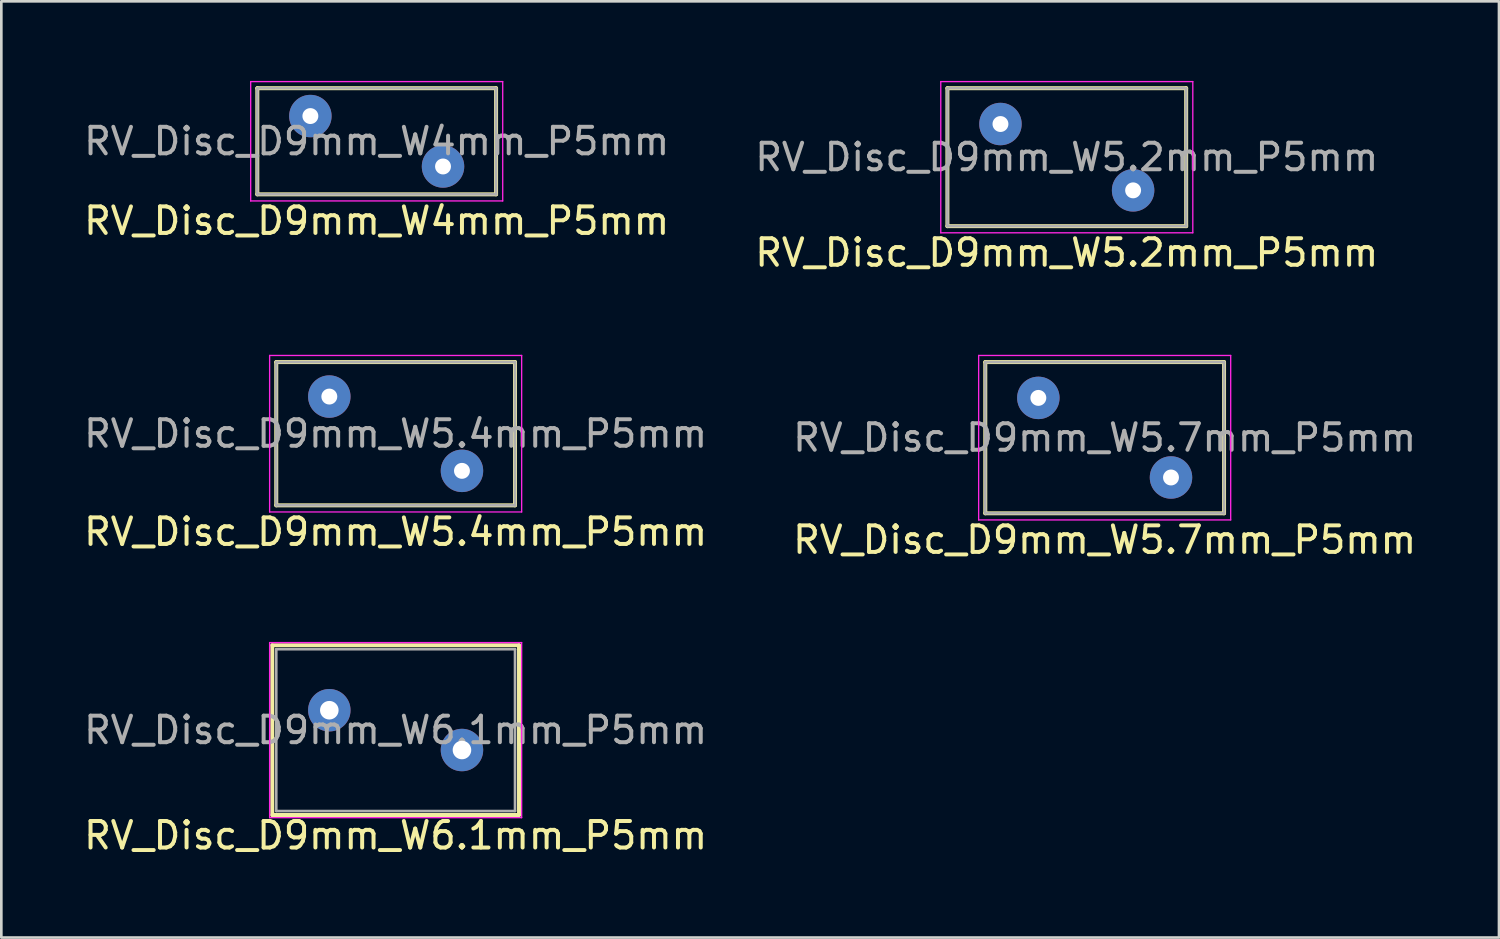
<source format=kicad_pcb>
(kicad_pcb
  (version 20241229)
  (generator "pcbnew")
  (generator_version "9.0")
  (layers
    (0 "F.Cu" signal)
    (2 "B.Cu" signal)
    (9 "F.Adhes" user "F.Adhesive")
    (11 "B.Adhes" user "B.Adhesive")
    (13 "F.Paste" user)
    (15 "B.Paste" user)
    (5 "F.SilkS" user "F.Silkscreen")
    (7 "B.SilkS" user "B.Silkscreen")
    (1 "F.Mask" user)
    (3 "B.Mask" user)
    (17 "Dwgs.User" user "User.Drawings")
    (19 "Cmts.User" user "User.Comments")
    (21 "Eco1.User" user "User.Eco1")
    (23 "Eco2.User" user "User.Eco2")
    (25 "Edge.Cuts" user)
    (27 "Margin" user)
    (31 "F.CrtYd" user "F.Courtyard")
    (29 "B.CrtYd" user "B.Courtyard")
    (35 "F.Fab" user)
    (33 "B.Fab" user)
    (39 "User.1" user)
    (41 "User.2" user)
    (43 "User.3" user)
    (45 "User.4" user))
  (footprint "RV_Disc_D9mm_W4mm_P5mm"
    (layer "F.Cu")
    (at 8.649 1.325)
    (property "Reference" "RV_Disc_D9mm_W4mm_P5mm" (at 2.5 3.95 0) (layer "F.SilkS") (effects (font (size 1 1) (thickness 0.15))))
    (attr through_hole)
    (fp_line (start -2 -1.05) (end -2 2.95) (stroke (width 0.15) (type solid)) (layer "F.SilkS"))
    (fp_line (start -2 -1.05) (end 7 -1.05) (stroke (width 0.15) (type solid)) (layer "F.SilkS"))
    (fp_line (start -2 2.95) (end 7 2.95) (stroke (width 0.15) (type solid)) (layer "F.SilkS"))
    (fp_line (start 7 -1.05) (end 7 2.95) (stroke (width 0.15) (type solid)) (layer "F.SilkS"))
    (fp_line (start -2.25 -1.3) (end -2.25 3.2) (stroke (width 0.05) (type solid)) (layer "F.CrtYd"))
    (fp_line (start -2.25 -1.3) (end 7.25 -1.3) (stroke (width 0.05) (type solid)) (layer "F.CrtYd"))
    (fp_line (start -2.25 3.2) (end 7.25 3.2) (stroke (width 0.05) (type solid)) (layer "F.CrtYd"))
    (fp_line (start 7.25 -1.3) (end 7.25 3.2) (stroke (width 0.05) (type solid)) (layer "F.CrtYd"))
    (fp_line (start -2 -1.05) (end -2 2.95) (stroke (width 0.1) (type solid)) (layer "F.Fab"))
    (fp_line (start -2 -1.05) (end 7 -1.05) (stroke (width 0.1) (type solid)) (layer "F.Fab"))
    (fp_line (start -2 2.95) (end 7 2.95) (stroke (width 0.1) (type solid)) (layer "F.Fab"))
    (fp_line (start 7 -1.05) (end 7 2.95) (stroke (width 0.1) (type solid)) (layer "F.Fab"))
    (fp_text user "${REFERENCE}" (at 2.5 0.95 0) (layer "F.Fab") (effects (font (size 1 1) (thickness 0.15))))
    (pad "1" thru_hole circle (at 0 0) (size 1.6 1.6) (drill 0.6) (layers "*.Cu" "*.Mask"))
    (pad "2" thru_hole circle (at 5 1.9) (size 1.6 1.6) (drill 0.6) (layers "*.Cu" "*.Mask")))
  (footprint "RV_Disc_D9mm_W5.7mm_P5mm"
    (layer "F.Cu")
    (at 36.089 11.948)
    (property "Reference" "RV_Disc_D9mm_W5.7mm_P5mm" (at 2.5 5.35 0) (layer "F.SilkS") (effects (font (size 1 1) (thickness 0.15))))
    (attr through_hole)
    (fp_line (start -2 -1.35) (end -2 4.35) (stroke (width 0.15) (type solid)) (layer "F.SilkS"))
    (fp_line (start -2 -1.35) (end 7 -1.35) (stroke (width 0.15) (type solid)) (layer "F.SilkS"))
    (fp_line (start -2 4.35) (end 7 4.35) (stroke (width 0.15) (type solid)) (layer "F.SilkS"))
    (fp_line (start 7 -1.35) (end 7 4.35) (stroke (width 0.15) (type solid)) (layer "F.SilkS"))
    (fp_line (start -2.25 -1.6) (end -2.25 4.6) (stroke (width 0.05) (type solid)) (layer "F.CrtYd"))
    (fp_line (start -2.25 -1.6) (end 7.25 -1.6) (stroke (width 0.05) (type solid)) (layer "F.CrtYd"))
    (fp_line (start -2.25 4.6) (end 7.25 4.6) (stroke (width 0.05) (type solid)) (layer "F.CrtYd"))
    (fp_line (start 7.25 -1.6) (end 7.25 4.6) (stroke (width 0.05) (type solid)) (layer "F.CrtYd"))
    (fp_line (start -2 -1.35) (end -2 4.35) (stroke (width 0.1) (type solid)) (layer "F.Fab"))
    (fp_line (start -2 -1.35) (end 7 -1.35) (stroke (width 0.1) (type solid)) (layer "F.Fab"))
    (fp_line (start -2 4.35) (end 7 4.35) (stroke (width 0.1) (type solid)) (layer "F.Fab"))
    (fp_line (start 7 -1.35) (end 7 4.35) (stroke (width 0.1) (type solid)) (layer "F.Fab"))
    (fp_text user "${REFERENCE}" (at 2.5 1.5 0) (layer "F.Fab") (effects (font (size 1 1) (thickness 0.15))))
    (pad "1" thru_hole circle (at 0 0) (size 1.6 1.6) (drill 0.6) (layers "*.Cu" "*.Mask"))
    (pad "2" thru_hole circle (at 5 3) (size 1.6 1.6) (drill 0.6) (layers "*.Cu" "*.Mask")))
  (footprint "RV_Disc_D9mm_W6.1mm_P5mm"
    (layer "F.Cu")
    (at 9.363 23.721)
    (property "Reference" "RV_Disc_D9mm_W6.1mm_P5mm" (at 2.5 4.72 0) (layer "F.SilkS") (effects (font (size 1 1) (thickness 0.15))))
    (attr through_hole)
    (fp_line (start -2.15 -2.45) (end -2.15 3.95) (stroke (width 0.15) (type solid)) (layer "F.SilkS"))
    (fp_line (start -2.15 -2.45) (end 7.15 -2.45) (stroke (width 0.15) (type solid)) (layer "F.SilkS"))
    (fp_line (start -2.15 3.95) (end 7.15 3.95) (stroke (width 0.15) (type solid)) (layer "F.SilkS"))
    (fp_line (start 7.15 -2.45) (end 7.15 3.95) (stroke (width 0.15) (type solid)) (layer "F.SilkS"))
    (fp_line (start -2.25 -2.55) (end -2.25 4.05) (stroke (width 0.05) (type solid)) (layer "F.CrtYd"))
    (fp_line (start -2.25 -2.55) (end 7.25 -2.55) (stroke (width 0.05) (type solid)) (layer "F.CrtYd"))
    (fp_line (start -2.25 4.05) (end 7.25 4.05) (stroke (width 0.05) (type solid)) (layer "F.CrtYd"))
    (fp_line (start 7.25 -2.55) (end 7.25 4.05) (stroke (width 0.05) (type solid)) (layer "F.CrtYd"))
    (fp_line (start -2 -2.3) (end -2 3.8) (stroke (width 0.1) (type solid)) (layer "F.Fab"))
    (fp_line (start -2 -2.3) (end 7 -2.3) (stroke (width 0.1) (type solid)) (layer "F.Fab"))
    (fp_line (start -2 3.8) (end 7 3.8) (stroke (width 0.1) (type solid)) (layer "F.Fab"))
    (fp_line (start 7 -2.3) (end 7 3.8) (stroke (width 0.1) (type solid)) (layer "F.Fab"))
    (fp_text user "${REFERENCE}" (at 2.5 0.75 0) (layer "F.Fab") (effects (font (size 1 1) (thickness 0.15))))
    (pad "1" thru_hole circle (at 0 0) (size 1.6 1.6) (drill 0.7) (layers "*.Cu" "*.Mask"))
    (pad "2" thru_hole circle (at 5 1.5 90) (size 1.6 1.6) (drill 0.7) (layers "*.Cu" "*.Mask")))
  (footprint "RV_Disc_D9mm_W5.2mm_P5mm"
    (layer "F.Cu")
    (at 34.661 1.625)
    (property "Reference" "RV_Disc_D9mm_W5.2mm_P5mm" (at 2.5 4.85 0) (layer "F.SilkS") (effects (font (size 1 1) (thickness 0.15))))
    (attr through_hole)
    (fp_line (start -2 -1.35) (end -2 3.85) (stroke (width 0.15) (type solid)) (layer "F.SilkS"))
    (fp_line (start -2 -1.35) (end 7 -1.35) (stroke (width 0.15) (type solid)) (layer "F.SilkS"))
    (fp_line (start -2 3.85) (end 7 3.85) (stroke (width 0.15) (type solid)) (layer "F.SilkS"))
    (fp_line (start 7 -1.35) (end 7 3.85) (stroke (width 0.15) (type solid)) (layer "F.SilkS"))
    (fp_line (start -2.25 -1.6) (end -2.25 4.1) (stroke (width 0.05) (type solid)) (layer "F.CrtYd"))
    (fp_line (start -2.25 -1.6) (end 7.25 -1.6) (stroke (width 0.05) (type solid)) (layer "F.CrtYd"))
    (fp_line (start -2.25 4.1) (end 7.25 4.1) (stroke (width 0.05) (type solid)) (layer "F.CrtYd"))
    (fp_line (start 7.25 -1.6) (end 7.25 4.1) (stroke (width 0.05) (type solid)) (layer "F.CrtYd"))
    (fp_line (start -2 -1.35) (end -2 3.85) (stroke (width 0.1) (type solid)) (layer "F.Fab"))
    (fp_line (start -2 -1.35) (end 7 -1.35) (stroke (width 0.1) (type solid)) (layer "F.Fab"))
    (fp_line (start -2 3.85) (end 7 3.85) (stroke (width 0.1) (type solid)) (layer "F.Fab"))
    (fp_line (start 7 -1.35) (end 7 3.85) (stroke (width 0.1) (type solid)) (layer "F.Fab"))
    (fp_text user "${REFERENCE}" (at 2.5 1.25 0) (layer "F.Fab") (effects (font (size 1 1) (thickness 0.15))))
    (pad "1" thru_hole circle (at 0 0) (size 1.6 1.6) (drill 0.6) (layers "*.Cu" "*.Mask"))
    (pad "2" thru_hole circle (at 5 2.5) (size 1.6 1.6) (drill 0.6) (layers "*.Cu" "*.Mask")))
  (footprint "RV_Disc_D9mm_W5.4mm_P5mm"
    (layer "F.Cu")
    (at 9.363 11.898)
    (property "Reference" "RV_Disc_D9mm_W5.4mm_P5mm" (at 2.5 5.1 0) (layer "F.SilkS") (effects (font (size 1 1) (thickness 0.15))))
    (attr through_hole)
    (fp_line (start -2 -1.3) (end -2 4.1) (stroke (width 0.15) (type solid)) (layer "F.SilkS"))
    (fp_line (start -2 -1.3) (end 7 -1.3) (stroke (width 0.15) (type solid)) (layer "F.SilkS"))
    (fp_line (start -2 4.1) (end 7 4.1) (stroke (width 0.15) (type solid)) (layer "F.SilkS"))
    (fp_line (start 7 -1.3) (end 7 4.1) (stroke (width 0.15) (type solid)) (layer "F.SilkS"))
    (fp_line (start -2.25 -1.55) (end -2.25 4.35) (stroke (width 0.05) (type solid)) (layer "F.CrtYd"))
    (fp_line (start -2.25 -1.55) (end 7.25 -1.55) (stroke (width 0.05) (type solid)) (layer "F.CrtYd"))
    (fp_line (start -2.25 4.35) (end 7.25 4.35) (stroke (width 0.05) (type solid)) (layer "F.CrtYd"))
    (fp_line (start 7.25 -1.55) (end 7.25 4.35) (stroke (width 0.05) (type solid)) (layer "F.CrtYd"))
    (fp_line (start -2 -1.3) (end -2 4.1) (stroke (width 0.1) (type solid)) (layer "F.Fab"))
    (fp_line (start -2 -1.3) (end 7 -1.3) (stroke (width 0.1) (type solid)) (layer "F.Fab"))
    (fp_line (start -2 4.1) (end 7 4.1) (stroke (width 0.1) (type solid)) (layer "F.Fab"))
    (fp_line (start 7 -1.3) (end 7 4.1) (stroke (width 0.1) (type solid)) (layer "F.Fab"))
    (fp_text user "${REFERENCE}" (at 2.5 1.4 0) (layer "F.Fab") (effects (font (size 1 1) (thickness 0.15))))
    (pad "1" thru_hole circle (at 0 0) (size 1.6 1.6) (drill 0.6) (layers "*.Cu" "*.Mask"))
    (pad "2" thru_hole circle (at 5 2.8) (size 1.6 1.6) (drill 0.6) (layers "*.Cu" "*.Mask")))
  (gr_rect
    (start -3 -3)
    (end 53.452 32.29)
    (stroke (width 0.1) (type default))
    (fill no)
    (layer "Edge.Cuts")))
</source>
